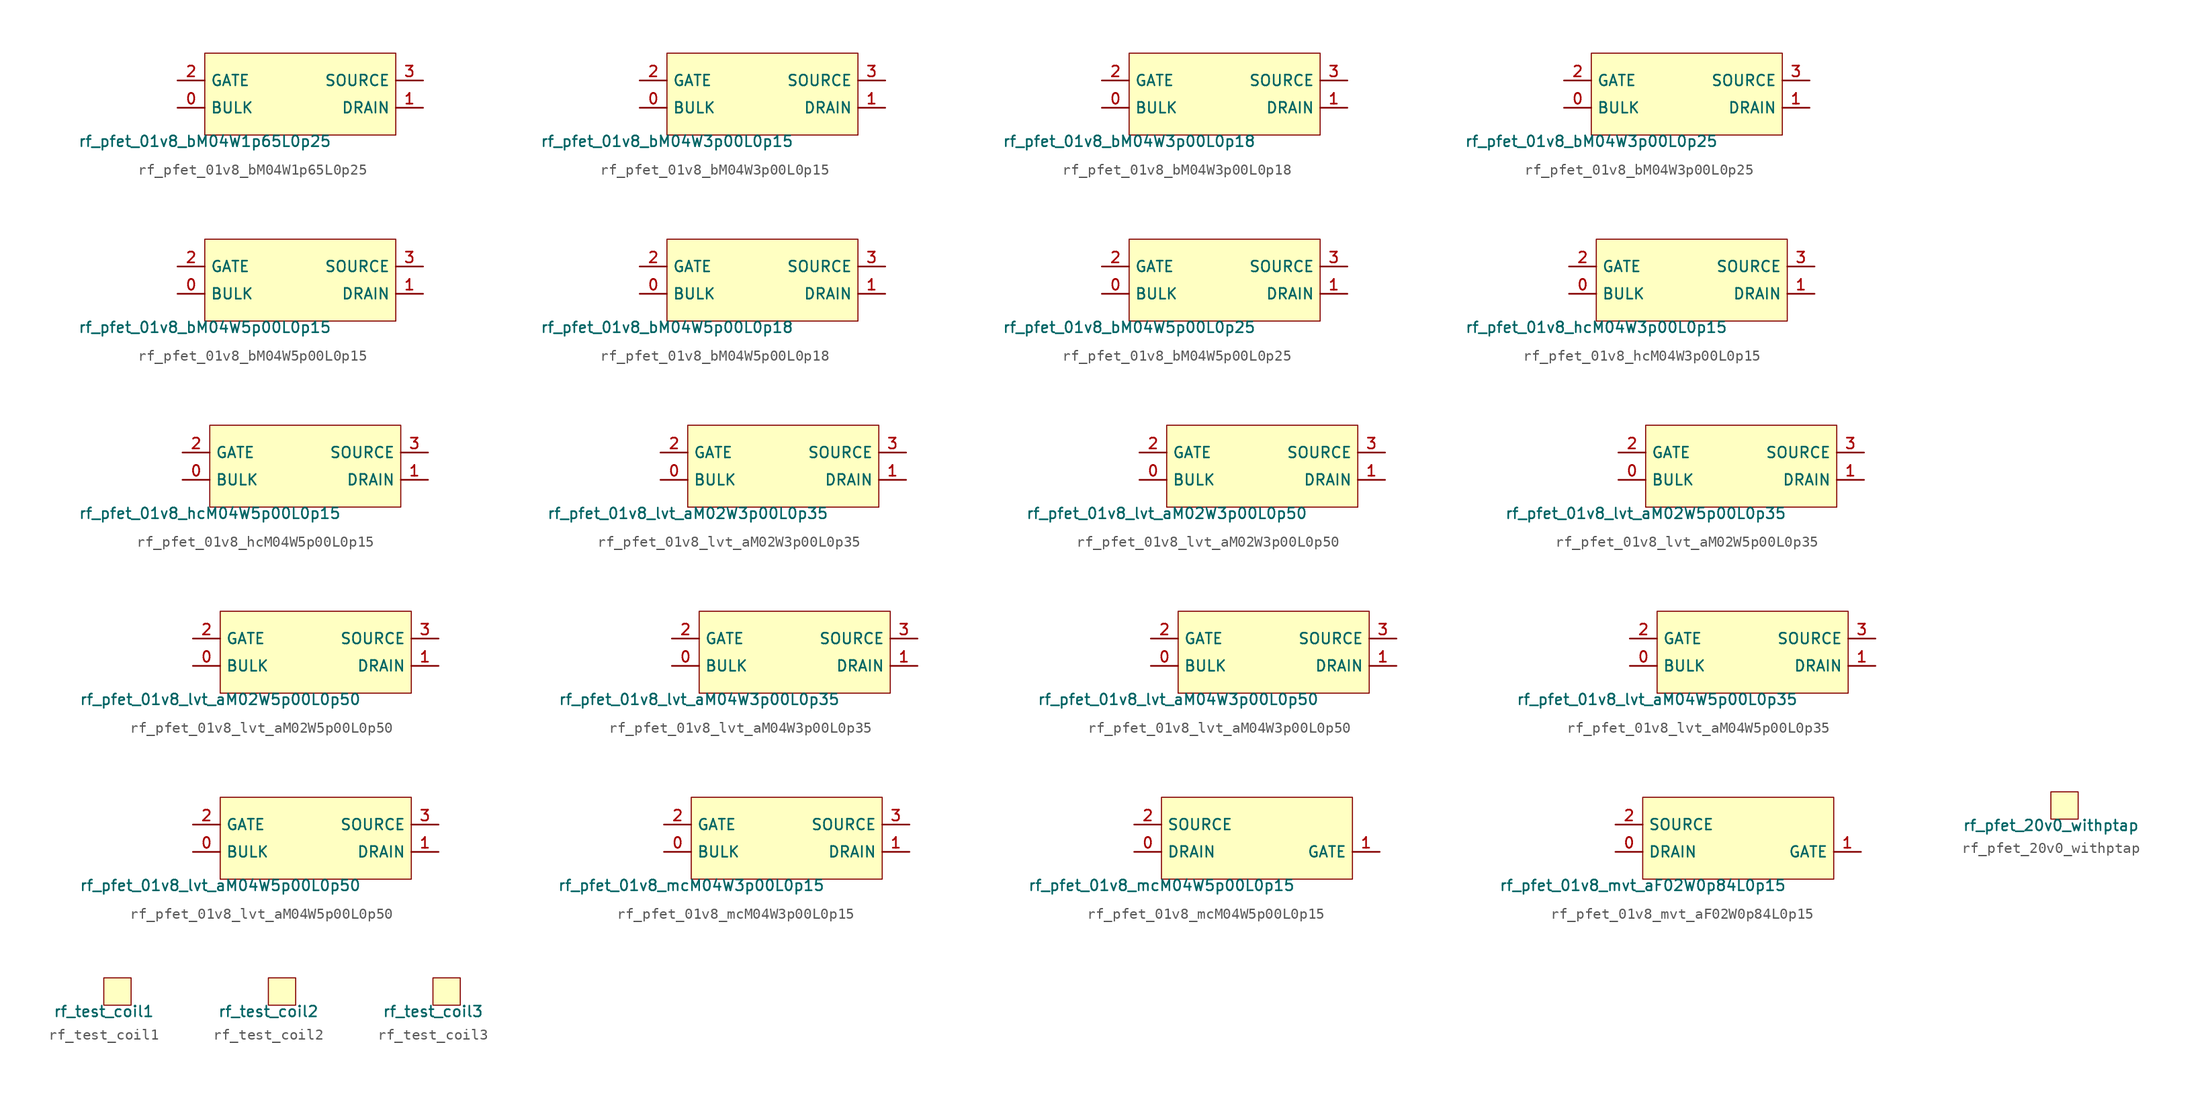
<source format=kicad_sym>
(kicad_symbol_lib
  (version 20211014)
  (generator pdk2kicad)
  (symbol "rf_pfet_01v8_bM04W1p65L0p25"
    (property "Reference" "X"
      (at 0 0 0)
      (effects (font (size 1 1)) hide))
    (property "Value" "rf_pfet_01v8_bM04W1p65L0p25"
      (at -8.89 -3.81 0)
      (effects (font (size 1 1)) (justify top)))
    (rectangle
      (start -8.89 -3.81)
      (end 8.89 3.81)
      (stroke (width 0.1) (type solid) (color 0 0 0 0))
      (fill (type background)))
    (pin bidirectional line
      (at -11.43 -1.27 0)
      (length 2.54)
      (name "BULK" (effects (font (size 1 1)) hide))
      (number "0" (effects (font (size 1 1)) hide)))
    (pin bidirectional line
      (at 11.43 -1.27 180)
      (length 2.54)
      (name "DRAIN" (effects (font (size 1 1)) hide))
      (number "1" (effects (font (size 1 1)) hide)))
    (pin bidirectional line
      (at -11.43 1.27 0)
      (length 2.54)
      (name "GATE" (effects (font (size 1 1)) hide))
      (number "2" (effects (font (size 1 1)) hide)))
    (pin bidirectional line
      (at 11.43 1.27 180)
      (length 2.54)
      (name "SOURCE" (effects (font (size 1 1)) hide))
      (number "3" (effects (font (size 1 1)) hide))))
  (symbol "rf_pfet_01v8_bM04W3p00L0p15"
    (property "Reference" "X"
      (at 0 0 0)
      (effects (font (size 1 1)) hide))
    (property "Value" "rf_pfet_01v8_bM04W3p00L0p15"
      (at -8.89 -3.81 0)
      (effects (font (size 1 1)) (justify top)))
    (rectangle
      (start -8.89 -3.81)
      (end 8.89 3.81)
      (stroke (width 0.1) (type solid) (color 0 0 0 0))
      (fill (type background)))
    (pin bidirectional line
      (at -11.43 -1.27 0)
      (length 2.54)
      (name "BULK" (effects (font (size 1 1)) hide))
      (number "0" (effects (font (size 1 1)) hide)))
    (pin bidirectional line
      (at 11.43 -1.27 180)
      (length 2.54)
      (name "DRAIN" (effects (font (size 1 1)) hide))
      (number "1" (effects (font (size 1 1)) hide)))
    (pin bidirectional line
      (at -11.43 1.27 0)
      (length 2.54)
      (name "GATE" (effects (font (size 1 1)) hide))
      (number "2" (effects (font (size 1 1)) hide)))
    (pin bidirectional line
      (at 11.43 1.27 180)
      (length 2.54)
      (name "SOURCE" (effects (font (size 1 1)) hide))
      (number "3" (effects (font (size 1 1)) hide))))
  (symbol "rf_pfet_01v8_bM04W3p00L0p18"
    (property "Reference" "X"
      (at 0 0 0)
      (effects (font (size 1 1)) hide))
    (property "Value" "rf_pfet_01v8_bM04W3p00L0p18"
      (at -8.89 -3.81 0)
      (effects (font (size 1 1)) (justify top)))
    (rectangle
      (start -8.89 -3.81)
      (end 8.89 3.81)
      (stroke (width 0.1) (type solid) (color 0 0 0 0))
      (fill (type background)))
    (pin bidirectional line
      (at -11.43 -1.27 0)
      (length 2.54)
      (name "BULK" (effects (font (size 1 1)) hide))
      (number "0" (effects (font (size 1 1)) hide)))
    (pin bidirectional line
      (at 11.43 -1.27 180)
      (length 2.54)
      (name "DRAIN" (effects (font (size 1 1)) hide))
      (number "1" (effects (font (size 1 1)) hide)))
    (pin bidirectional line
      (at -11.43 1.27 0)
      (length 2.54)
      (name "GATE" (effects (font (size 1 1)) hide))
      (number "2" (effects (font (size 1 1)) hide)))
    (pin bidirectional line
      (at 11.43 1.27 180)
      (length 2.54)
      (name "SOURCE" (effects (font (size 1 1)) hide))
      (number "3" (effects (font (size 1 1)) hide))))
  (symbol "rf_pfet_01v8_bM04W3p00L0p25"
    (property "Reference" "X"
      (at 0 0 0)
      (effects (font (size 1 1)) hide))
    (property "Value" "rf_pfet_01v8_bM04W3p00L0p25"
      (at -8.89 -3.81 0)
      (effects (font (size 1 1)) (justify top)))
    (rectangle
      (start -8.89 -3.81)
      (end 8.89 3.81)
      (stroke (width 0.1) (type solid) (color 0 0 0 0))
      (fill (type background)))
    (pin bidirectional line
      (at -11.43 -1.27 0)
      (length 2.54)
      (name "BULK" (effects (font (size 1 1)) hide))
      (number "0" (effects (font (size 1 1)) hide)))
    (pin bidirectional line
      (at 11.43 -1.27 180)
      (length 2.54)
      (name "DRAIN" (effects (font (size 1 1)) hide))
      (number "1" (effects (font (size 1 1)) hide)))
    (pin bidirectional line
      (at -11.43 1.27 0)
      (length 2.54)
      (name "GATE" (effects (font (size 1 1)) hide))
      (number "2" (effects (font (size 1 1)) hide)))
    (pin bidirectional line
      (at 11.43 1.27 180)
      (length 2.54)
      (name "SOURCE" (effects (font (size 1 1)) hide))
      (number "3" (effects (font (size 1 1)) hide))))
  (symbol "rf_pfet_01v8_bM04W5p00L0p15"
    (property "Reference" "X"
      (at 0 0 0)
      (effects (font (size 1 1)) hide))
    (property "Value" "rf_pfet_01v8_bM04W5p00L0p15"
      (at -8.89 -3.81 0)
      (effects (font (size 1 1)) (justify top)))
    (rectangle
      (start -8.89 -3.81)
      (end 8.89 3.81)
      (stroke (width 0.1) (type solid) (color 0 0 0 0))
      (fill (type background)))
    (pin bidirectional line
      (at -11.43 -1.27 0)
      (length 2.54)
      (name "BULK" (effects (font (size 1 1)) hide))
      (number "0" (effects (font (size 1 1)) hide)))
    (pin bidirectional line
      (at 11.43 -1.27 180)
      (length 2.54)
      (name "DRAIN" (effects (font (size 1 1)) hide))
      (number "1" (effects (font (size 1 1)) hide)))
    (pin bidirectional line
      (at -11.43 1.27 0)
      (length 2.54)
      (name "GATE" (effects (font (size 1 1)) hide))
      (number "2" (effects (font (size 1 1)) hide)))
    (pin bidirectional line
      (at 11.43 1.27 180)
      (length 2.54)
      (name "SOURCE" (effects (font (size 1 1)) hide))
      (number "3" (effects (font (size 1 1)) hide))))
  (symbol "rf_pfet_01v8_bM04W5p00L0p18"
    (property "Reference" "X"
      (at 0 0 0)
      (effects (font (size 1 1)) hide))
    (property "Value" "rf_pfet_01v8_bM04W5p00L0p18"
      (at -8.89 -3.81 0)
      (effects (font (size 1 1)) (justify top)))
    (rectangle
      (start -8.89 -3.81)
      (end 8.89 3.81)
      (stroke (width 0.1) (type solid) (color 0 0 0 0))
      (fill (type background)))
    (pin bidirectional line
      (at -11.43 -1.27 0)
      (length 2.54)
      (name "BULK" (effects (font (size 1 1)) hide))
      (number "0" (effects (font (size 1 1)) hide)))
    (pin bidirectional line
      (at 11.43 -1.27 180)
      (length 2.54)
      (name "DRAIN" (effects (font (size 1 1)) hide))
      (number "1" (effects (font (size 1 1)) hide)))
    (pin bidirectional line
      (at -11.43 1.27 0)
      (length 2.54)
      (name "GATE" (effects (font (size 1 1)) hide))
      (number "2" (effects (font (size 1 1)) hide)))
    (pin bidirectional line
      (at 11.43 1.27 180)
      (length 2.54)
      (name "SOURCE" (effects (font (size 1 1)) hide))
      (number "3" (effects (font (size 1 1)) hide))))
  (symbol "rf_pfet_01v8_bM04W5p00L0p25"
    (property "Reference" "X"
      (at 0 0 0)
      (effects (font (size 1 1)) hide))
    (property "Value" "rf_pfet_01v8_bM04W5p00L0p25"
      (at -8.89 -3.81 0)
      (effects (font (size 1 1)) (justify top)))
    (rectangle
      (start -8.89 -3.81)
      (end 8.89 3.81)
      (stroke (width 0.1) (type solid) (color 0 0 0 0))
      (fill (type background)))
    (pin bidirectional line
      (at -11.43 -1.27 0)
      (length 2.54)
      (name "BULK" (effects (font (size 1 1)) hide))
      (number "0" (effects (font (size 1 1)) hide)))
    (pin bidirectional line
      (at 11.43 -1.27 180)
      (length 2.54)
      (name "DRAIN" (effects (font (size 1 1)) hide))
      (number "1" (effects (font (size 1 1)) hide)))
    (pin bidirectional line
      (at -11.43 1.27 0)
      (length 2.54)
      (name "GATE" (effects (font (size 1 1)) hide))
      (number "2" (effects (font (size 1 1)) hide)))
    (pin bidirectional line
      (at 11.43 1.27 180)
      (length 2.54)
      (name "SOURCE" (effects (font (size 1 1)) hide))
      (number "3" (effects (font (size 1 1)) hide))))
  (symbol "rf_pfet_01v8_hcM04W3p00L0p15"
    (property "Reference" "X"
      (at 0 0 0)
      (effects (font (size 1 1)) hide))
    (property "Value" "rf_pfet_01v8_hcM04W3p00L0p15"
      (at -8.89 -3.81 0)
      (effects (font (size 1 1)) (justify top)))
    (rectangle
      (start -8.89 -3.81)
      (end 8.89 3.81)
      (stroke (width 0.1) (type solid) (color 0 0 0 0))
      (fill (type background)))
    (pin bidirectional line
      (at -11.43 -1.27 0)
      (length 2.54)
      (name "BULK" (effects (font (size 1 1)) hide))
      (number "0" (effects (font (size 1 1)) hide)))
    (pin bidirectional line
      (at 11.43 -1.27 180)
      (length 2.54)
      (name "DRAIN" (effects (font (size 1 1)) hide))
      (number "1" (effects (font (size 1 1)) hide)))
    (pin bidirectional line
      (at -11.43 1.27 0)
      (length 2.54)
      (name "GATE" (effects (font (size 1 1)) hide))
      (number "2" (effects (font (size 1 1)) hide)))
    (pin bidirectional line
      (at 11.43 1.27 180)
      (length 2.54)
      (name "SOURCE" (effects (font (size 1 1)) hide))
      (number "3" (effects (font (size 1 1)) hide))))
  (symbol "rf_pfet_01v8_hcM04W5p00L0p15"
    (property "Reference" "X"
      (at 0 0 0)
      (effects (font (size 1 1)) hide))
    (property "Value" "rf_pfet_01v8_hcM04W5p00L0p15"
      (at -8.89 -3.81 0)
      (effects (font (size 1 1)) (justify top)))
    (rectangle
      (start -8.89 -3.81)
      (end 8.89 3.81)
      (stroke (width 0.1) (type solid) (color 0 0 0 0))
      (fill (type background)))
    (pin bidirectional line
      (at -11.43 -1.27 0)
      (length 2.54)
      (name "BULK" (effects (font (size 1 1)) hide))
      (number "0" (effects (font (size 1 1)) hide)))
    (pin bidirectional line
      (at 11.43 -1.27 180)
      (length 2.54)
      (name "DRAIN" (effects (font (size 1 1)) hide))
      (number "1" (effects (font (size 1 1)) hide)))
    (pin bidirectional line
      (at -11.43 1.27 0)
      (length 2.54)
      (name "GATE" (effects (font (size 1 1)) hide))
      (number "2" (effects (font (size 1 1)) hide)))
    (pin bidirectional line
      (at 11.43 1.27 180)
      (length 2.54)
      (name "SOURCE" (effects (font (size 1 1)) hide))
      (number "3" (effects (font (size 1 1)) hide))))
  (symbol "rf_pfet_01v8_lvt_aM02W3p00L0p35"
    (property "Reference" "X"
      (at 0 0 0)
      (effects (font (size 1 1)) hide))
    (property "Value" "rf_pfet_01v8_lvt_aM02W3p00L0p35"
      (at -8.89 -3.81 0)
      (effects (font (size 1 1)) (justify top)))
    (rectangle
      (start -8.89 -3.81)
      (end 8.89 3.81)
      (stroke (width 0.1) (type solid) (color 0 0 0 0))
      (fill (type background)))
    (pin bidirectional line
      (at -11.43 -1.27 0)
      (length 2.54)
      (name "BULK" (effects (font (size 1 1)) hide))
      (number "0" (effects (font (size 1 1)) hide)))
    (pin bidirectional line
      (at 11.43 -1.27 180)
      (length 2.54)
      (name "DRAIN" (effects (font (size 1 1)) hide))
      (number "1" (effects (font (size 1 1)) hide)))
    (pin bidirectional line
      (at -11.43 1.27 0)
      (length 2.54)
      (name "GATE" (effects (font (size 1 1)) hide))
      (number "2" (effects (font (size 1 1)) hide)))
    (pin bidirectional line
      (at 11.43 1.27 180)
      (length 2.54)
      (name "SOURCE" (effects (font (size 1 1)) hide))
      (number "3" (effects (font (size 1 1)) hide))))
  (symbol "rf_pfet_01v8_lvt_aM02W3p00L0p50"
    (property "Reference" "X"
      (at 0 0 0)
      (effects (font (size 1 1)) hide))
    (property "Value" "rf_pfet_01v8_lvt_aM02W3p00L0p50"
      (at -8.89 -3.81 0)
      (effects (font (size 1 1)) (justify top)))
    (rectangle
      (start -8.89 -3.81)
      (end 8.89 3.81)
      (stroke (width 0.1) (type solid) (color 0 0 0 0))
      (fill (type background)))
    (pin bidirectional line
      (at -11.43 -1.27 0)
      (length 2.54)
      (name "BULK" (effects (font (size 1 1)) hide))
      (number "0" (effects (font (size 1 1)) hide)))
    (pin bidirectional line
      (at 11.43 -1.27 180)
      (length 2.54)
      (name "DRAIN" (effects (font (size 1 1)) hide))
      (number "1" (effects (font (size 1 1)) hide)))
    (pin bidirectional line
      (at -11.43 1.27 0)
      (length 2.54)
      (name "GATE" (effects (font (size 1 1)) hide))
      (number "2" (effects (font (size 1 1)) hide)))
    (pin bidirectional line
      (at 11.43 1.27 180)
      (length 2.54)
      (name "SOURCE" (effects (font (size 1 1)) hide))
      (number "3" (effects (font (size 1 1)) hide))))
  (symbol "rf_pfet_01v8_lvt_aM02W5p00L0p35"
    (property "Reference" "X"
      (at 0 0 0)
      (effects (font (size 1 1)) hide))
    (property "Value" "rf_pfet_01v8_lvt_aM02W5p00L0p35"
      (at -8.89 -3.81 0)
      (effects (font (size 1 1)) (justify top)))
    (rectangle
      (start -8.89 -3.81)
      (end 8.89 3.81)
      (stroke (width 0.1) (type solid) (color 0 0 0 0))
      (fill (type background)))
    (pin bidirectional line
      (at -11.43 -1.27 0)
      (length 2.54)
      (name "BULK" (effects (font (size 1 1)) hide))
      (number "0" (effects (font (size 1 1)) hide)))
    (pin bidirectional line
      (at 11.43 -1.27 180)
      (length 2.54)
      (name "DRAIN" (effects (font (size 1 1)) hide))
      (number "1" (effects (font (size 1 1)) hide)))
    (pin bidirectional line
      (at -11.43 1.27 0)
      (length 2.54)
      (name "GATE" (effects (font (size 1 1)) hide))
      (number "2" (effects (font (size 1 1)) hide)))
    (pin bidirectional line
      (at 11.43 1.27 180)
      (length 2.54)
      (name "SOURCE" (effects (font (size 1 1)) hide))
      (number "3" (effects (font (size 1 1)) hide))))
  (symbol "rf_pfet_01v8_lvt_aM02W5p00L0p50"
    (property "Reference" "X"
      (at 0 0 0)
      (effects (font (size 1 1)) hide))
    (property "Value" "rf_pfet_01v8_lvt_aM02W5p00L0p50"
      (at -8.89 -3.81 0)
      (effects (font (size 1 1)) (justify top)))
    (rectangle
      (start -8.89 -3.81)
      (end 8.89 3.81)
      (stroke (width 0.1) (type solid) (color 0 0 0 0))
      (fill (type background)))
    (pin bidirectional line
      (at -11.43 -1.27 0)
      (length 2.54)
      (name "BULK" (effects (font (size 1 1)) hide))
      (number "0" (effects (font (size 1 1)) hide)))
    (pin bidirectional line
      (at 11.43 -1.27 180)
      (length 2.54)
      (name "DRAIN" (effects (font (size 1 1)) hide))
      (number "1" (effects (font (size 1 1)) hide)))
    (pin bidirectional line
      (at -11.43 1.27 0)
      (length 2.54)
      (name "GATE" (effects (font (size 1 1)) hide))
      (number "2" (effects (font (size 1 1)) hide)))
    (pin bidirectional line
      (at 11.43 1.27 180)
      (length 2.54)
      (name "SOURCE" (effects (font (size 1 1)) hide))
      (number "3" (effects (font (size 1 1)) hide))))
  (symbol "rf_pfet_01v8_lvt_aM04W3p00L0p35"
    (property "Reference" "X"
      (at 0 0 0)
      (effects (font (size 1 1)) hide))
    (property "Value" "rf_pfet_01v8_lvt_aM04W3p00L0p35"
      (at -8.89 -3.81 0)
      (effects (font (size 1 1)) (justify top)))
    (rectangle
      (start -8.89 -3.81)
      (end 8.89 3.81)
      (stroke (width 0.1) (type solid) (color 0 0 0 0))
      (fill (type background)))
    (pin bidirectional line
      (at -11.43 -1.27 0)
      (length 2.54)
      (name "BULK" (effects (font (size 1 1)) hide))
      (number "0" (effects (font (size 1 1)) hide)))
    (pin bidirectional line
      (at 11.43 -1.27 180)
      (length 2.54)
      (name "DRAIN" (effects (font (size 1 1)) hide))
      (number "1" (effects (font (size 1 1)) hide)))
    (pin bidirectional line
      (at -11.43 1.27 0)
      (length 2.54)
      (name "GATE" (effects (font (size 1 1)) hide))
      (number "2" (effects (font (size 1 1)) hide)))
    (pin bidirectional line
      (at 11.43 1.27 180)
      (length 2.54)
      (name "SOURCE" (effects (font (size 1 1)) hide))
      (number "3" (effects (font (size 1 1)) hide))))
  (symbol "rf_pfet_01v8_lvt_aM04W3p00L0p50"
    (property "Reference" "X"
      (at 0 0 0)
      (effects (font (size 1 1)) hide))
    (property "Value" "rf_pfet_01v8_lvt_aM04W3p00L0p50"
      (at -8.89 -3.81 0)
      (effects (font (size 1 1)) (justify top)))
    (rectangle
      (start -8.89 -3.81)
      (end 8.89 3.81)
      (stroke (width 0.1) (type solid) (color 0 0 0 0))
      (fill (type background)))
    (pin bidirectional line
      (at -11.43 -1.27 0)
      (length 2.54)
      (name "BULK" (effects (font (size 1 1)) hide))
      (number "0" (effects (font (size 1 1)) hide)))
    (pin bidirectional line
      (at 11.43 -1.27 180)
      (length 2.54)
      (name "DRAIN" (effects (font (size 1 1)) hide))
      (number "1" (effects (font (size 1 1)) hide)))
    (pin bidirectional line
      (at -11.43 1.27 0)
      (length 2.54)
      (name "GATE" (effects (font (size 1 1)) hide))
      (number "2" (effects (font (size 1 1)) hide)))
    (pin bidirectional line
      (at 11.43 1.27 180)
      (length 2.54)
      (name "SOURCE" (effects (font (size 1 1)) hide))
      (number "3" (effects (font (size 1 1)) hide))))
  (symbol "rf_pfet_01v8_lvt_aM04W5p00L0p35"
    (property "Reference" "X"
      (at 0 0 0)
      (effects (font (size 1 1)) hide))
    (property "Value" "rf_pfet_01v8_lvt_aM04W5p00L0p35"
      (at -8.89 -3.81 0)
      (effects (font (size 1 1)) (justify top)))
    (rectangle
      (start -8.89 -3.81)
      (end 8.89 3.81)
      (stroke (width 0.1) (type solid) (color 0 0 0 0))
      (fill (type background)))
    (pin bidirectional line
      (at -11.43 -1.27 0)
      (length 2.54)
      (name "BULK" (effects (font (size 1 1)) hide))
      (number "0" (effects (font (size 1 1)) hide)))
    (pin bidirectional line
      (at 11.43 -1.27 180)
      (length 2.54)
      (name "DRAIN" (effects (font (size 1 1)) hide))
      (number "1" (effects (font (size 1 1)) hide)))
    (pin bidirectional line
      (at -11.43 1.27 0)
      (length 2.54)
      (name "GATE" (effects (font (size 1 1)) hide))
      (number "2" (effects (font (size 1 1)) hide)))
    (pin bidirectional line
      (at 11.43 1.27 180)
      (length 2.54)
      (name "SOURCE" (effects (font (size 1 1)) hide))
      (number "3" (effects (font (size 1 1)) hide))))
  (symbol "rf_pfet_01v8_lvt_aM04W5p00L0p50"
    (property "Reference" "X"
      (at 0 0 0)
      (effects (font (size 1 1)) hide))
    (property "Value" "rf_pfet_01v8_lvt_aM04W5p00L0p50"
      (at -8.89 -3.81 0)
      (effects (font (size 1 1)) (justify top)))
    (rectangle
      (start -8.89 -3.81)
      (end 8.89 3.81)
      (stroke (width 0.1) (type solid) (color 0 0 0 0))
      (fill (type background)))
    (pin bidirectional line
      (at -11.43 -1.27 0)
      (length 2.54)
      (name "BULK" (effects (font (size 1 1)) hide))
      (number "0" (effects (font (size 1 1)) hide)))
    (pin bidirectional line
      (at 11.43 -1.27 180)
      (length 2.54)
      (name "DRAIN" (effects (font (size 1 1)) hide))
      (number "1" (effects (font (size 1 1)) hide)))
    (pin bidirectional line
      (at -11.43 1.27 0)
      (length 2.54)
      (name "GATE" (effects (font (size 1 1)) hide))
      (number "2" (effects (font (size 1 1)) hide)))
    (pin bidirectional line
      (at 11.43 1.27 180)
      (length 2.54)
      (name "SOURCE" (effects (font (size 1 1)) hide))
      (number "3" (effects (font (size 1 1)) hide))))
  (symbol "rf_pfet_01v8_mcM04W3p00L0p15"
    (property "Reference" "X"
      (at 0 0 0)
      (effects (font (size 1 1)) hide))
    (property "Value" "rf_pfet_01v8_mcM04W3p00L0p15"
      (at -8.89 -3.81 0)
      (effects (font (size 1 1)) (justify top)))
    (rectangle
      (start -8.89 -3.81)
      (end 8.89 3.81)
      (stroke (width 0.1) (type solid) (color 0 0 0 0))
      (fill (type background)))
    (pin bidirectional line
      (at -11.43 -1.27 0)
      (length 2.54)
      (name "BULK" (effects (font (size 1 1)) hide))
      (number "0" (effects (font (size 1 1)) hide)))
    (pin bidirectional line
      (at 11.43 -1.27 180)
      (length 2.54)
      (name "DRAIN" (effects (font (size 1 1)) hide))
      (number "1" (effects (font (size 1 1)) hide)))
    (pin bidirectional line
      (at -11.43 1.27 0)
      (length 2.54)
      (name "GATE" (effects (font (size 1 1)) hide))
      (number "2" (effects (font (size 1 1)) hide)))
    (pin bidirectional line
      (at 11.43 1.27 180)
      (length 2.54)
      (name "SOURCE" (effects (font (size 1 1)) hide))
      (number "3" (effects (font (size 1 1)) hide))))
  (symbol "rf_pfet_01v8_mcM04W5p00L0p15"
    (property "Reference" "X"
      (at 0 0 0)
      (effects (font (size 1 1)) hide))
    (property "Value" "rf_pfet_01v8_mcM04W5p00L0p15"
      (at -8.89 -3.81 0)
      (effects (font (size 1 1)) (justify top)))
    (rectangle
      (start -8.89 -3.81)
      (end 8.89 3.81)
      (stroke (width 0.1) (type solid) (color 0 0 0 0))
      (fill (type background)))
    (pin bidirectional line
      (at -11.43 -1.27 0)
      (length 2.54)
      (name "DRAIN" (effects (font (size 1 1)) hide))
      (number "0" (effects (font (size 1 1)) hide)))
    (pin bidirectional line
      (at 11.43 -1.27 180)
      (length 2.54)
      (name "GATE" (effects (font (size 1 1)) hide))
      (number "1" (effects (font (size 1 1)) hide)))
    (pin bidirectional line
      (at -11.43 1.27 0)
      (length 2.54)
      (name "SOURCE" (effects (font (size 1 1)) hide))
      (number "2" (effects (font (size 1 1)) hide))))
  (symbol "rf_pfet_01v8_mvt_aF02W0p84L0p15"
    (property "Reference" "X"
      (at 0 0 0)
      (effects (font (size 1 1)) hide))
    (property "Value" "rf_pfet_01v8_mvt_aF02W0p84L0p15"
      (at -8.89 -3.81 0)
      (effects (font (size 1 1)) (justify top)))
    (rectangle
      (start -8.89 -3.81)
      (end 8.89 3.81)
      (stroke (width 0.1) (type solid) (color 0 0 0 0))
      (fill (type background)))
    (pin bidirectional line
      (at -11.43 -1.27 0)
      (length 2.54)
      (name "DRAIN" (effects (font (size 1 1)) hide))
      (number "0" (effects (font (size 1 1)) hide)))
    (pin bidirectional line
      (at 11.43 -1.27 180)
      (length 2.54)
      (name "GATE" (effects (font (size 1 1)) hide))
      (number "1" (effects (font (size 1 1)) hide)))
    (pin bidirectional line
      (at -11.43 1.27 0)
      (length 2.54)
      (name "SOURCE" (effects (font (size 1 1)) hide))
      (number "2" (effects (font (size 1 1)) hide))))
  (symbol "rf_pfet_20v0_withptap"
    (property "Reference" "X"
      (at 0 0 0)
      (effects (font (size 1 1)) hide))
    (property "Value" "rf_pfet_20v0_withptap"
      (at -1.27 -1.27 0)
      (effects (font (size 1 1)) (justify top)))
    (rectangle
      (start -1.27 -1.27)
      (end 1.27 1.27)
      (stroke (width 0.1) (type solid) (color 0 0 0 0))
      (fill (type background))))
  (symbol "rf_test_coil1"
    (property "Reference" "X"
      (at 0 0 0)
      (effects (font (size 1 1)) hide))
    (property "Value" "rf_test_coil1"
      (at -1.27 -1.27 0)
      (effects (font (size 1 1)) (justify top)))
    (rectangle
      (start -1.27 -1.27)
      (end 1.27 1.27)
      (stroke (width 0.1) (type solid) (color 0 0 0 0))
      (fill (type background))))
  (symbol "rf_test_coil2"
    (property "Reference" "X"
      (at 0 0 0)
      (effects (font (size 1 1)) hide))
    (property "Value" "rf_test_coil2"
      (at -1.27 -1.27 0)
      (effects (font (size 1 1)) (justify top)))
    (rectangle
      (start -1.27 -1.27)
      (end 1.27 1.27)
      (stroke (width 0.1) (type solid) (color 0 0 0 0))
      (fill (type background))))
  (symbol "rf_test_coil3"
    (property "Reference" "X"
      (at 0 0 0)
      (effects (font (size 1 1)) hide))
    (property "Value" "rf_test_coil3"
      (at -1.27 -1.27 0)
      (effects (font (size 1 1)) (justify top)))
    (rectangle
      (start -1.27 -1.27)
      (end 1.27 1.27)
      (stroke (width 0.1) (type solid) (color 0 0 0 0))
      (fill (type background)))))
</source>
